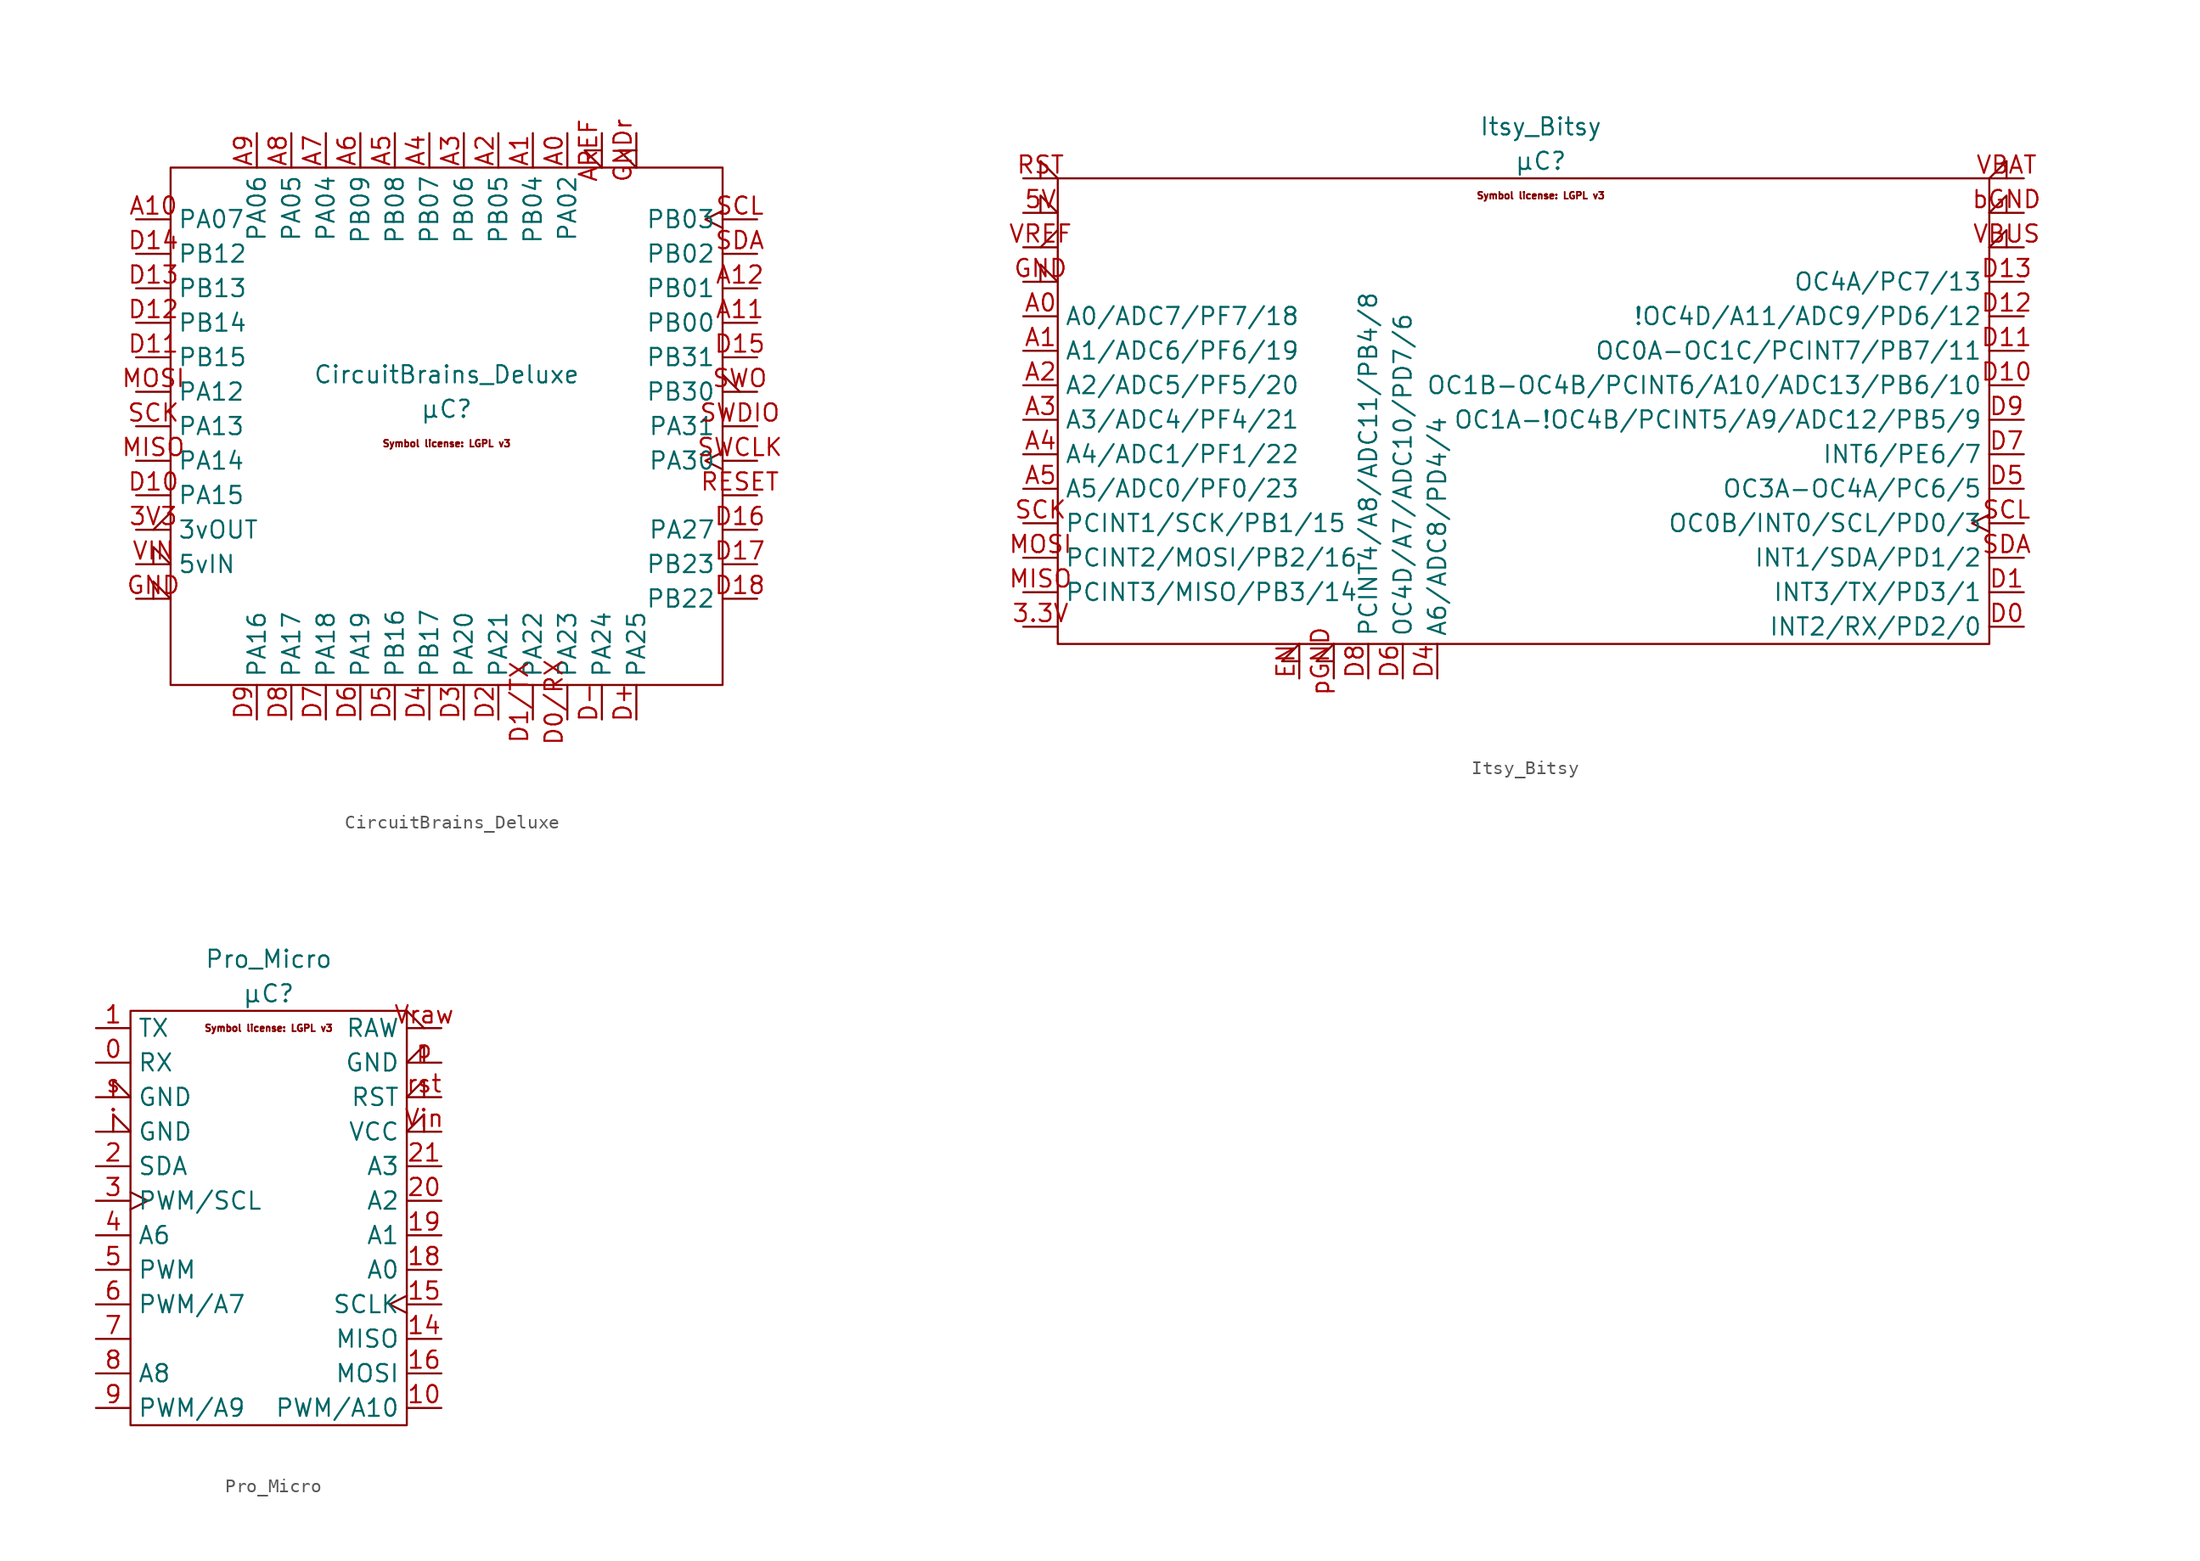
<source format=kicad_sym>
(kicad_symbol_lib
  (version 20211014)
  (generator kicad_symbol_editor)
  (symbol "CircuitBrains_Deluxe"
    (property "Reference" "μC"
      (at 0 0 0)
      (effects (font (size 1.27 1.27))))
    (property "Value" "CircuitBrains_Deluxe"
      (at 0 2.54 0)
      (effects (font (size 1.27 1.27))))
    (symbol "CircuitBrains_Deluxe_0_0"
      (text "Symbol license: LGPL v3" (at 0 -2.54 0) (effects (font (size 0.5 0.5)))))
    (symbol "CircuitBrains_Deluxe_0_1"
      (rectangle (start -20.32 17.78) (end 20.32 -20.32) (stroke (width 0) (type default) (color 0 0 0 0)) (fill (type none))))
    (symbol "CircuitBrains_Deluxe_1_1"
      (pin power_out output_low (at -22.86 -8.89 0) (length 2.54) (name "3vOUT" (effects (font (size 1.27 1.27)))) (number "3V3" (effects (font (size 1.27 1.27)))))
      (pin bidirectional line (at 8.89 20.32 270) (length 2.54) (name "PA02" (effects (font (size 1.27 1.27)))) (number "A0" (effects (font (size 1.27 1.27)))))
      (pin bidirectional line (at 6.35 20.32 270) (length 2.54) (name "PB04" (effects (font (size 1.27 1.27)))) (number "A1" (effects (font (size 1.27 1.27)))))
      (pin bidirectional line (at -22.86 13.97 0) (length 2.54) (name "PA07" (effects (font (size 1.27 1.27)))) (number "A10" (effects (font (size 1.27 1.27)))))
      (pin bidirectional line (at 22.86 6.35 180) (length 2.54) (name "PB00" (effects (font (size 1.27 1.27)))) (number "A11" (effects (font (size 1.27 1.27)))))
      (pin bidirectional line (at 22.86 8.89 180) (length 2.54) (name "PB01" (effects (font (size 1.27 1.27)))) (number "A12" (effects (font (size 1.27 1.27)))))
      (pin bidirectional line (at 3.81 20.32 270) (length 2.54) (name "PB05" (effects (font (size 1.27 1.27)))) (number "A2" (effects (font (size 1.27 1.27)))))
      (pin bidirectional line (at 1.27 20.32 270) (length 2.54) (name "PB06" (effects (font (size 1.27 1.27)))) (number "A3" (effects (font (size 1.27 1.27)))))
      (pin bidirectional line (at -1.27 20.32 270) (length 2.54) (name "PB07" (effects (font (size 1.27 1.27)))) (number "A4" (effects (font (size 1.27 1.27)))))
      (pin bidirectional line (at -3.81 20.32 270) (length 2.54) (name "PB08" (effects (font (size 1.27 1.27)))) (number "A5" (effects (font (size 1.27 1.27)))))
      (pin bidirectional line (at -6.35 20.32 270) (length 2.54) (name "PB09" (effects (font (size 1.27 1.27)))) (number "A6" (effects (font (size 1.27 1.27)))))
      (pin bidirectional line (at -8.89 20.32 270) (length 2.54) (name "PA04" (effects (font (size 1.27 1.27)))) (number "A7" (effects (font (size 1.27 1.27)))))
      (pin bidirectional line (at -11.43 20.32 270) (length 2.54) (name "PA05" (effects (font (size 1.27 1.27)))) (number "A8" (effects (font (size 1.27 1.27)))))
      (pin bidirectional line (at -13.97 20.32 270) (length 2.54) (name "PA06" (effects (font (size 1.27 1.27)))) (number "A9" (effects (font (size 1.27 1.27)))))
      (pin input input_low (at 11.43 20.32 270) (length 2.54) (name "" (effects (font (size 1.27 1.27)))) (number "AREF" (effects (font (size 1.27 1.27)))))
      (pin bidirectional line (at 13.97 -22.86 90) (length 2.54) (name "PA25" (effects (font (size 1.27 1.27)))) (number "D+" (effects (font (size 1.27 1.27)))))
      (pin bidirectional line (at 11.43 -22.86 90) (length 2.54) (name "PA24" (effects (font (size 1.27 1.27)))) (number "D-" (effects (font (size 1.27 1.27)))))
      (pin bidirectional line (at 8.89 -22.86 90) (length 2.54) (name "PA23" (effects (font (size 1.27 1.27)))) (number "D0/RX" (effects (font (size 1.27 1.27)))))
      (pin bidirectional line (at 6.35 -22.86 90) (length 2.54) (name "PA22" (effects (font (size 1.27 1.27)))) (number "D1/TX" (effects (font (size 1.27 1.27)))))
      (pin bidirectional line (at -22.86 -6.35 0) (length 2.54) (name "PA15" (effects (font (size 1.27 1.27)))) (number "D10" (effects (font (size 1.27 1.27)))))
      (pin bidirectional line (at -22.86 3.81 0) (length 2.54) (name "PB15" (effects (font (size 1.27 1.27)))) (number "D11" (effects (font (size 1.27 1.27)))))
      (pin bidirectional line (at -22.86 6.35 0) (length 2.54) (name "PB14" (effects (font (size 1.27 1.27)))) (number "D12" (effects (font (size 1.27 1.27)))))
      (pin bidirectional line (at -22.86 8.89 0) (length 2.54) (name "PB13" (effects (font (size 1.27 1.27)))) (number "D13" (effects (font (size 1.27 1.27)))))
      (pin bidirectional line (at -22.86 11.43 0) (length 2.54) (name "PB12" (effects (font (size 1.27 1.27)))) (number "D14" (effects (font (size 1.27 1.27)))))
      (pin bidirectional line (at 22.86 3.81 180) (length 2.54) (name "PB31" (effects (font (size 1.27 1.27)))) (number "D15" (effects (font (size 1.27 1.27)))))
      (pin bidirectional line (at 22.86 -8.89 180) (length 2.54) (name "PA27" (effects (font (size 1.27 1.27)))) (number "D16" (effects (font (size 1.27 1.27)))))
      (pin bidirectional line (at 22.86 -11.43 180) (length 2.54) (name "PB23" (effects (font (size 1.27 1.27)))) (number "D17" (effects (font (size 1.27 1.27)))))
      (pin bidirectional line (at 22.86 -13.97 180) (length 2.54) (name "PB22" (effects (font (size 1.27 1.27)))) (number "D18" (effects (font (size 1.27 1.27)))))
      (pin bidirectional line (at 3.81 -22.86 90) (length 2.54) (name "PA21" (effects (font (size 1.27 1.27)))) (number "D2" (effects (font (size 1.27 1.27)))))
      (pin bidirectional line (at 1.27 -22.86 90) (length 2.54) (name "PA20" (effects (font (size 1.27 1.27)))) (number "D3" (effects (font (size 1.27 1.27)))))
      (pin bidirectional line (at -1.27 -22.86 90) (length 2.54) (name "PB17" (effects (font (size 1.27 1.27)))) (number "D4" (effects (font (size 1.27 1.27)))))
      (pin bidirectional line (at -3.81 -22.86 90) (length 2.54) (name "PB16" (effects (font (size 1.27 1.27)))) (number "D5" (effects (font (size 1.27 1.27)))))
      (pin bidirectional line (at -6.35 -22.86 90) (length 2.54) (name "PA19" (effects (font (size 1.27 1.27)))) (number "D6" (effects (font (size 1.27 1.27)))))
      (pin bidirectional line (at -8.89 -22.86 90) (length 2.54) (name "PA18" (effects (font (size 1.27 1.27)))) (number "D7" (effects (font (size 1.27 1.27)))))
      (pin bidirectional line (at -11.43 -22.86 90) (length 2.54) (name "PA17" (effects (font (size 1.27 1.27)))) (number "D8" (effects (font (size 1.27 1.27)))))
      (pin bidirectional line (at -13.97 -22.86 90) (length 2.54) (name "PA16" (effects (font (size 1.27 1.27)))) (number "D9" (effects (font (size 1.27 1.27)))))
      (pin power_in input_low (at -22.86 -13.97 0) (length 2.54) (name "" (effects (font (size 1.27 1.27)))) (number "GND" (effects (font (size 1.27 1.27)))))
      (pin power_in input_low (at 13.97 20.32 270) (length 2.54) (name "" (effects (font (size 1.27 1.27)))) (number "GNDr" (effects (font (size 1.27 1.27)))))
      (pin bidirectional line (at -22.86 -3.81 0) (length 2.54) (name "PA14" (effects (font (size 1.27 1.27)))) (number "MISO" (effects (font (size 1.27 1.27)))))
      (pin bidirectional line (at -22.86 1.27 0) (length 2.54) (name "PA12" (effects (font (size 1.27 1.27)))) (number "MOSI" (effects (font (size 1.27 1.27)))))
      (pin bidirectional line (at 22.86 -6.35 180) (length 2.54) (name "" (effects (font (size 1.27 1.27)))) (number "RESET" (effects (font (size 1.27 1.27)))))
      (pin bidirectional line (at -22.86 -1.27 0) (length 2.54) (name "PA13" (effects (font (size 1.27 1.27)))) (number "SCK" (effects (font (size 1.27 1.27)))))
      (pin bidirectional clock (at 22.86 13.97 180) (length 2.54) (name "PB03" (effects (font (size 1.27 1.27)))) (number "SCL" (effects (font (size 1.27 1.27)))))
      (pin bidirectional line (at 22.86 11.43 180) (length 2.54) (name "PB02" (effects (font (size 1.27 1.27)))) (number "SDA" (effects (font (size 1.27 1.27)))))
      (pin bidirectional clock (at 22.86 -3.81 180) (length 2.54) (name "PA30" (effects (font (size 1.27 1.27)))) (number "SWCLK" (effects (font (size 1.27 1.27)))))
      (pin bidirectional line (at 22.86 -1.27 180) (length 2.54) (name "PA31" (effects (font (size 1.27 1.27)))) (number "SWDIO" (effects (font (size 1.27 1.27)))))
      (pin output output_low (at 22.86 1.27 180) (length 2.54) (name "PB30" (effects (font (size 1.27 1.27)))) (number "SWO" (effects (font (size 1.27 1.27)))))
      (pin power_in input_low (at -22.86 -11.43 0) (length 2.54) (name "5vIN" (effects (font (size 1.27 1.27)))) (number "VIN" (effects (font (size 1.27 1.27)))))))
  (symbol "Itsy_Bitsy"
    (property "Reference" "μC"
      (at 0 0 0)
      (effects (font (size 1.27 1.27))))
    (property "Value" "Itsy_Bitsy"
      (at 0 2.54 0)
      (effects (font (size 1.27 1.27))))
    (symbol "Itsy_Bitsy_0_0"
      (text "Symbol license: LGPL v3" (at 0 -2.54 0) (effects (font (size 0.5 0.5)))))
    (symbol "Itsy_Bitsy_0_1"
      (rectangle (start -35.56 -1.27) (end 33.02 -35.56) (stroke (width 0) (type default) (color 0 0 0 0)) (fill (type none))))
    (symbol "Itsy_Bitsy_1_1"
      (pin bidirectional line (at -38.1 -34.29 0) (length 2.54) (name "" (effects (font (size 1.27 1.27)))) (number "3.3V" (effects (font (size 1.27 1.27)))))
      (pin power_in input_low (at -38.1 -3.81 0) (length 2.54) (name "" (effects (font (size 1.27 1.27)))) (number "5V" (effects (font (size 1.27 1.27)))))
      (pin bidirectional line (at -38.1 -11.43 0) (length 2.54) (name "A0/ADC7/PF7/18" (effects (font (size 1.27 1.27)))) (number "A0" (effects (font (size 1.27 1.27)))))
      (pin bidirectional line (at -38.1 -13.97 0) (length 2.54) (name "A1/ADC6/PF6/19" (effects (font (size 1.27 1.27)))) (number "A1" (effects (font (size 1.27 1.27)))))
      (pin bidirectional line (at -38.1 -16.51 0) (length 2.54) (name "A2/ADC5/PF5/20" (effects (font (size 1.27 1.27)))) (number "A2" (effects (font (size 1.27 1.27)))))
      (pin bidirectional line (at -38.1 -19.05 0) (length 2.54) (name "A3/ADC4/PF4/21" (effects (font (size 1.27 1.27)))) (number "A3" (effects (font (size 1.27 1.27)))))
      (pin bidirectional line (at -38.1 -21.59 0) (length 2.54) (name "A4/ADC1/PF1/22" (effects (font (size 1.27 1.27)))) (number "A4" (effects (font (size 1.27 1.27)))))
      (pin bidirectional line (at -38.1 -24.13 0) (length 2.54) (name "A5/ADC0/PF0/23" (effects (font (size 1.27 1.27)))) (number "A5" (effects (font (size 1.27 1.27)))))
      (pin bidirectional line (at 35.56 -34.29 180) (length 2.54) (name "INT2/RX/PD2/0" (effects (font (size 1.27 1.27)))) (number "D0" (effects (font (size 1.27 1.27)))))
      (pin bidirectional line (at 35.56 -31.75 180) (length 2.54) (name "INT3/TX/PD3/1" (effects (font (size 1.27 1.27)))) (number "D1" (effects (font (size 1.27 1.27)))))
      (pin bidirectional line (at 35.56 -16.51 180) (length 2.54) (name "OC1B-OC4B/PCINT6/A10/ADC13/PB6/10" (effects (font (size 1.27 1.27)))) (number "D10" (effects (font (size 1.27 1.27)))))
      (pin bidirectional line (at 35.56 -13.97 180) (length 2.54) (name "OC0A-OC1C/PCINT7/PB7/11" (effects (font (size 1.27 1.27)))) (number "D11" (effects (font (size 1.27 1.27)))))
      (pin bidirectional line (at 35.56 -11.43 180) (length 2.54) (name "!OC4D/A11/ADC9/PD6/12" (effects (font (size 1.27 1.27)))) (number "D12" (effects (font (size 1.27 1.27)))))
      (pin bidirectional line (at 35.56 -8.89 180) (length 2.54) (name "OC4A/PC7/13" (effects (font (size 1.27 1.27)))) (number "D13" (effects (font (size 1.27 1.27)))))
      (pin bidirectional line (at -7.62 -38.1 90) (length 2.54) (name "A6/ADC8/PD4/4" (effects (font (size 1.27 1.27)))) (number "D4" (effects (font (size 1.27 1.27)))))
      (pin bidirectional line (at 35.56 -24.13 180) (length 2.54) (name "OC3A-OC4A/PC6/5" (effects (font (size 1.27 1.27)))) (number "D5" (effects (font (size 1.27 1.27)))))
      (pin bidirectional line (at -10.16 -38.1 90) (length 2.54) (name "OC4D/A7/ADC10/PD7/6" (effects (font (size 1.27 1.27)))) (number "D6" (effects (font (size 1.27 1.27)))))
      (pin bidirectional line (at 35.56 -21.59 180) (length 2.54) (name "INT6/PE6/7" (effects (font (size 1.27 1.27)))) (number "D7" (effects (font (size 1.27 1.27)))))
      (pin bidirectional line (at -12.7 -38.1 90) (length 2.54) (name "PCINT4/A8/ADC11/PB4/8" (effects (font (size 1.27 1.27)))) (number "D8" (effects (font (size 1.27 1.27)))))
      (pin bidirectional line (at 35.56 -19.05 180) (length 2.54) (name "OC1A-!OC4B/PCINT5/A9/ADC12/PB5/9" (effects (font (size 1.27 1.27)))) (number "D9" (effects (font (size 1.27 1.27)))))
      (pin input input_low (at -17.78 -38.1 90) (length 2.54) (name "" (effects (font (size 1.27 1.27)))) (number "EN" (effects (font (size 1.27 1.27)))))
      (pin power_in input_low (at -38.1 -8.89 0) (length 2.54) (name "" (effects (font (size 1.27 1.27)))) (number "GND" (effects (font (size 1.27 1.27)))))
      (pin bidirectional line (at -38.1 -31.75 0) (length 2.54) (name "PCINT3/MISO/PB3/14" (effects (font (size 1.27 1.27)))) (number "MISO" (effects (font (size 1.27 1.27)))))
      (pin bidirectional line (at -38.1 -29.21 0) (length 2.54) (name "PCINT2/MOSI/PB2/16" (effects (font (size 1.27 1.27)))) (number "MOSI" (effects (font (size 1.27 1.27)))))
      (pin input input_low (at -38.1 -1.27 0) (length 2.54) (name "" (effects (font (size 1.27 1.27)))) (number "RST" (effects (font (size 1.27 1.27)))))
      (pin bidirectional line (at -38.1 -26.67 0) (length 2.54) (name "PCINT1/SCK/PB1/15" (effects (font (size 1.27 1.27)))) (number "SCK" (effects (font (size 1.27 1.27)))))
      (pin bidirectional clock (at 35.56 -26.67 180) (length 2.54) (name "OC0B/INT0/SCL/PD0/3" (effects (font (size 1.27 1.27)))) (number "SCL" (effects (font (size 1.27 1.27)))))
      (pin bidirectional line (at 35.56 -29.21 180) (length 2.54) (name "INT1/SDA/PD1/2" (effects (font (size 1.27 1.27)))) (number "SDA" (effects (font (size 1.27 1.27)))))
      (pin power_in input_low (at 35.56 -1.27 180) (length 2.54) (name "" (effects (font (size 1.27 1.27)))) (number "VBAT" (effects (font (size 1.27 1.27)))))
      (pin power_in input_low (at 35.56 -6.35 180) (length 2.54) (name "" (effects (font (size 1.27 1.27)))) (number "VBUS" (effects (font (size 1.27 1.27)))))
      (pin output output_low (at -38.1 -6.35 0) (length 2.54) (name "" (effects (font (size 1.27 1.27)))) (number "VREF" (effects (font (size 1.27 1.27)))))
      (pin power_in input_low (at 35.56 -3.81 180) (length 2.54) (name "" (effects (font (size 1.27 1.27)))) (number "bGND" (effects (font (size 1.27 1.27)))))
      (pin power_in input_low (at -15.24 -38.1 90) (length 2.54) (name "" (effects (font (size 1.27 1.27)))) (number "pGND" (effects (font (size 1.27 1.27)))))))
  (symbol "Pro_Micro"
    (property "Reference" "μC"
      (at 0 0 0)
      (effects (font (size 1.27 1.27))))
    (property "Value" "Pro_Micro"
      (at 0 2.54 0)
      (effects (font (size 1.27 1.27))))
    (symbol "Pro_Micro_0_0"
      (text "Symbol license: LGPL v3" (at 0 -2.54 0) (effects (font (size 0.5 0.5)))))
    (symbol "Pro_Micro_0_1"
      (rectangle (start -10.16 -1.27) (end 10.16 -31.75) (stroke (width 0) (type default) (color 0 0 0 0)) (fill (type none))))
    (symbol "Pro_Micro_1_1"
      (pin bidirectional line (at -12.7 -5.08 0) (length 2.54) (name "RX" (effects (font (size 1.27 1.27)))) (number "0" (effects (font (size 1.27 1.27)))))
      (pin bidirectional line (at -12.7 -2.54 0) (length 2.54) (name "TX" (effects (font (size 1.27 1.27)))) (number "1" (effects (font (size 1.27 1.27)))))
      (pin bidirectional line (at 12.7 -30.48 180) (length 2.54) (name "PWM/A10" (effects (font (size 1.27 1.27)))) (number "10" (effects (font (size 1.27 1.27)))))
      (pin bidirectional line (at 12.7 -25.4 180) (length 2.54) (name "MISO" (effects (font (size 1.27 1.27)))) (number "14" (effects (font (size 1.27 1.27)))))
      (pin bidirectional clock (at 12.7 -22.86 180) (length 2.54) (name "SCLK" (effects (font (size 1.27 1.27)))) (number "15" (effects (font (size 1.27 1.27)))))
      (pin bidirectional line (at 12.7 -27.94 180) (length 2.54) (name "MOSI" (effects (font (size 1.27 1.27)))) (number "16" (effects (font (size 1.27 1.27)))))
      (pin bidirectional line (at 12.7 -20.32 180) (length 2.54) (name "A0" (effects (font (size 1.27 1.27)))) (number "18" (effects (font (size 1.27 1.27)))))
      (pin bidirectional line (at 12.7 -17.78 180) (length 2.54) (name "A1" (effects (font (size 1.27 1.27)))) (number "19" (effects (font (size 1.27 1.27)))))
      (pin bidirectional line (at -12.7 -12.7 0) (length 2.54) (name "SDA" (effects (font (size 1.27 1.27)))) (number "2" (effects (font (size 1.27 1.27)))))
      (pin bidirectional line (at 12.7 -15.24 180) (length 2.54) (name "A2" (effects (font (size 1.27 1.27)))) (number "20" (effects (font (size 1.27 1.27)))))
      (pin bidirectional line (at 12.7 -12.7 180) (length 2.54) (name "A3" (effects (font (size 1.27 1.27)))) (number "21" (effects (font (size 1.27 1.27)))))
      (pin bidirectional clock (at -12.7 -15.24 0) (length 2.54) (name "PWM/SCL" (effects (font (size 1.27 1.27)))) (number "3" (effects (font (size 1.27 1.27)))))
      (pin bidirectional line (at -12.7 -17.78 0) (length 2.54) (name "A6" (effects (font (size 1.27 1.27)))) (number "4" (effects (font (size 1.27 1.27)))))
      (pin bidirectional line (at -12.7 -20.32 0) (length 2.54) (name "PWM" (effects (font (size 1.27 1.27)))) (number "5" (effects (font (size 1.27 1.27)))))
      (pin bidirectional line (at -12.7 -22.86 0) (length 2.54) (name "PWM/A7" (effects (font (size 1.27 1.27)))) (number "6" (effects (font (size 1.27 1.27)))))
      (pin bidirectional line (at -12.7 -25.4 0) (length 2.54) (name "" (effects (font (size 1.27 1.27)))) (number "7" (effects (font (size 1.27 1.27)))))
      (pin bidirectional line (at -12.7 -27.94 0) (length 2.54) (name "A8" (effects (font (size 1.27 1.27)))) (number "8" (effects (font (size 1.27 1.27)))))
      (pin bidirectional line (at -12.7 -30.48 0) (length 2.54) (name "PWM/A9" (effects (font (size 1.27 1.27)))) (number "9" (effects (font (size 1.27 1.27)))))
      (pin power_in input_low (at 12.7 -10.16 180) (length 2.54) (name "VCC" (effects (font (size 1.27 1.27)))) (number "Vin" (effects (font (size 1.27 1.27)))))
      (pin power_out output_low (at 12.7 -2.54 180) (length 2.54) (name "RAW" (effects (font (size 1.27 1.27)))) (number "Vraw" (effects (font (size 1.27 1.27)))))
      (pin power_in input_low (at -12.7 -10.16 0) (length 2.54) (name "GND" (effects (font (size 1.27 1.27)))) (number "i" (effects (font (size 1.27 1.27)))))
      (pin power_in input_low (at 12.7 -5.08 180) (length 2.54) (name "GND" (effects (font (size 1.27 1.27)))) (number "p" (effects (font (size 1.27 1.27)))))
      (pin input input_low (at 12.7 -7.62 180) (length 2.54) (name "RST" (effects (font (size 1.27 1.27)))) (number "rst" (effects (font (size 1.27 1.27)))))
      (pin power_in input_low (at -12.7 -7.62 0) (length 2.54) (name "GND" (effects (font (size 1.27 1.27)))) (number "s" (effects (font (size 1.27 1.27))))))))
</source>
